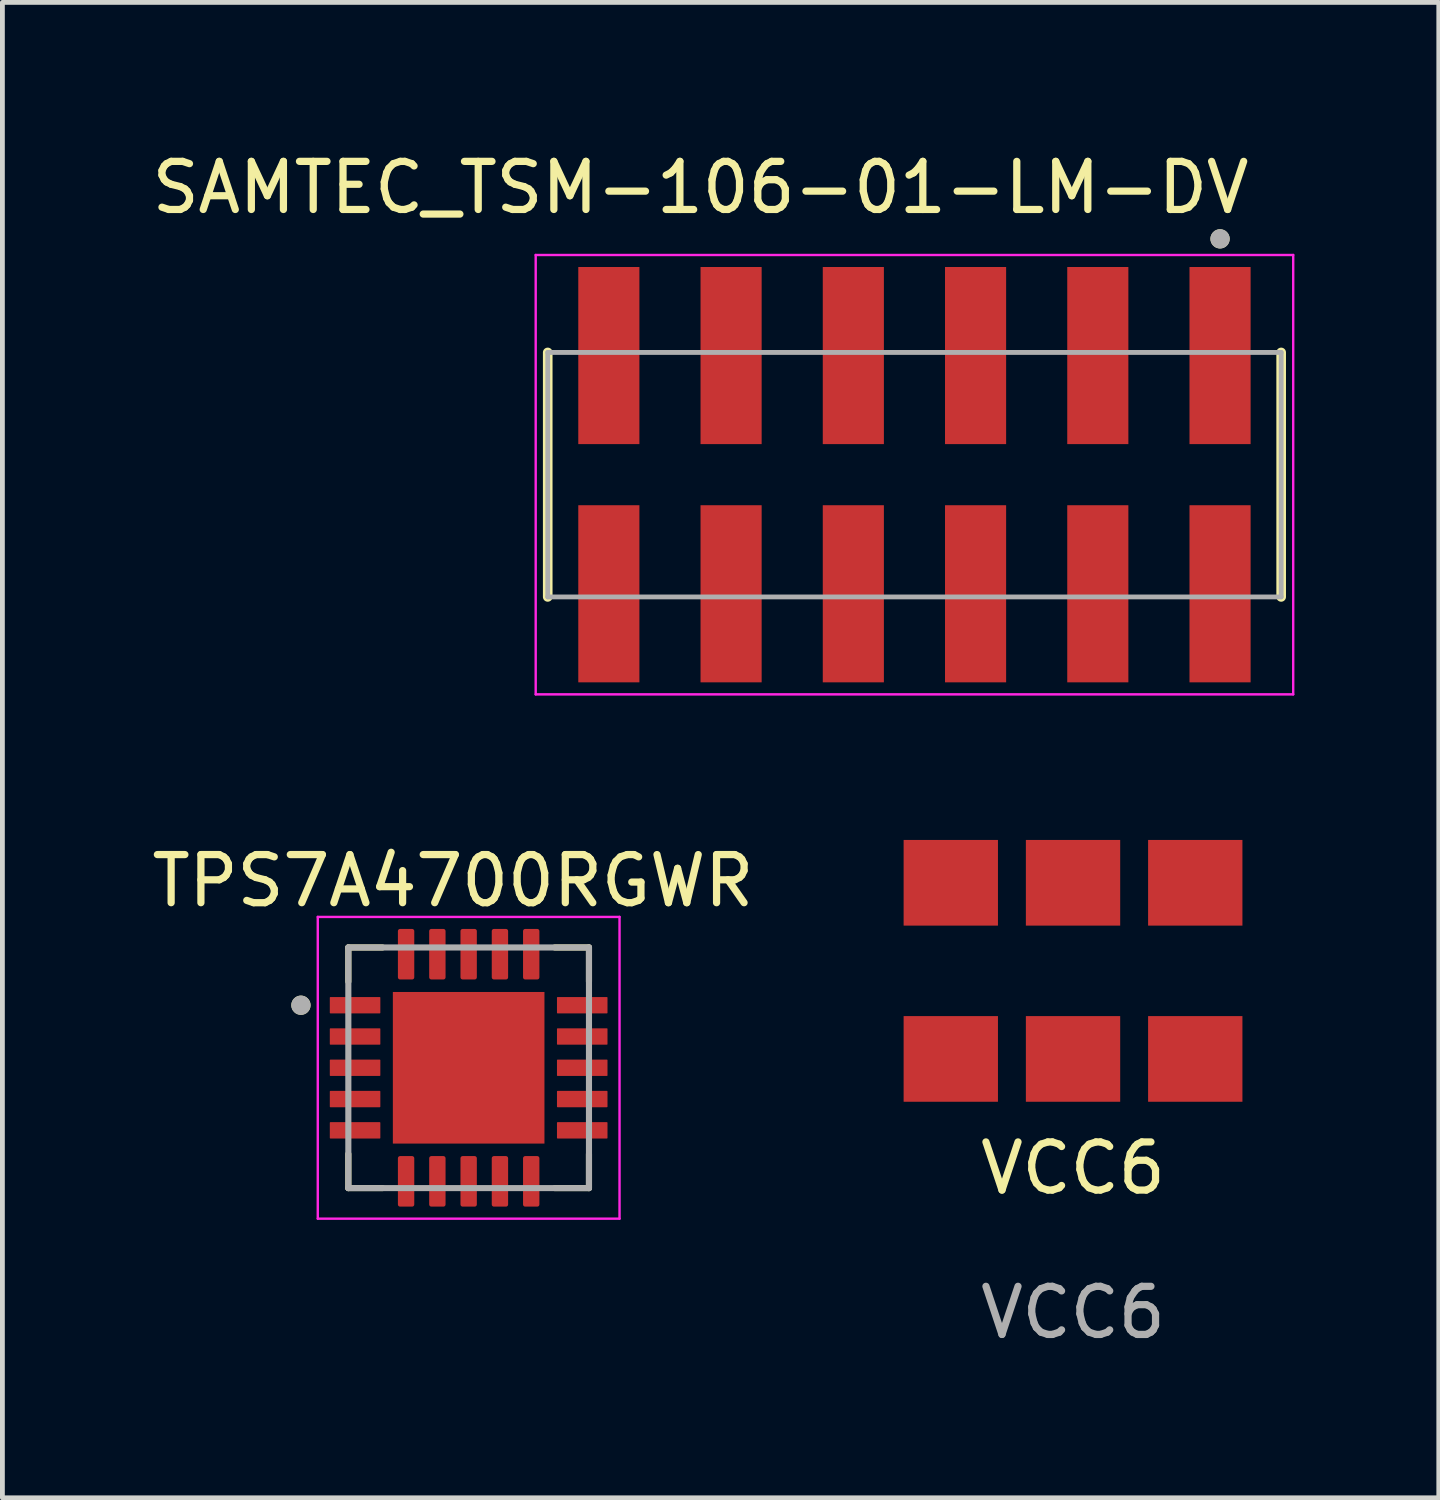
<source format=kicad_pcb>
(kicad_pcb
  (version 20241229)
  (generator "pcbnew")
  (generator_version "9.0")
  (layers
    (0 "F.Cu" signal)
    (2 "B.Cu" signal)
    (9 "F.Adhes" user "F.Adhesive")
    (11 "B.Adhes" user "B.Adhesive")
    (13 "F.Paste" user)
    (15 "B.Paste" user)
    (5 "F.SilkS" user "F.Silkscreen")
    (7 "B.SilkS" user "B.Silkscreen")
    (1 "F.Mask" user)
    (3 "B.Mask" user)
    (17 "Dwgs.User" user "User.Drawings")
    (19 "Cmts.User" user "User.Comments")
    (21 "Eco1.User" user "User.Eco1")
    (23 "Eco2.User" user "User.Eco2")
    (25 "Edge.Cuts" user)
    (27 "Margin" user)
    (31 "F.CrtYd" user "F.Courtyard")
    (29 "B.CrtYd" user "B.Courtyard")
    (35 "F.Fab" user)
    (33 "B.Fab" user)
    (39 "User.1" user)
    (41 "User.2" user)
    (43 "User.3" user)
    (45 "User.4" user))
  (footprint "SAMTEC_TSM-106-01-LM-DV"
    (layer "F.Cu")
    (at 15.951 6.813)
    (property "Reference" "SAMTEC_TSM-106-01-LM-DV" (at -4.445 -5.965 0) (layer "F.SilkS") (effects (font (size 1 1) (thickness 0.15))))
    (attr smd)
    (fp_line (start -7.62 2.54) (end -7.62 -2.54) (stroke (width 0.2) (type solid)) (layer "F.SilkS"))
    (fp_line (start 7.62 -2.54) (end 7.62 2.54) (stroke (width 0.2) (type solid)) (layer "F.SilkS"))
    (fp_circle (center 6.35 -4.9) (end 6.45 -4.9) (stroke (width 0.2) (type solid)) (fill no) (layer "F.SilkS"))
    (fp_line (start -7.87 -4.565) (end 7.87 -4.565) (stroke (width 0.05) (type solid)) (layer "F.CrtYd"))
    (fp_line (start -7.87 4.565) (end -7.87 -4.565) (stroke (width 0.05) (type solid)) (layer "F.CrtYd"))
    (fp_line (start 7.87 -4.565) (end 7.87 4.565) (stroke (width 0.05) (type solid)) (layer "F.CrtYd"))
    (fp_line (start 7.87 4.565) (end -7.87 4.565) (stroke (width 0.05) (type solid)) (layer "F.CrtYd"))
    (fp_line (start -7.62 -2.54) (end 7.62 -2.54) (stroke (width 0.1) (type solid)) (layer "F.Fab"))
    (fp_line (start -7.62 2.54) (end -7.62 -2.54) (stroke (width 0.1) (type solid)) (layer "F.Fab"))
    (fp_line (start 7.62 -2.54) (end 7.62 2.54) (stroke (width 0.1) (type solid)) (layer "F.Fab"))
    (fp_line (start 7.62 2.54) (end -7.62 2.54) (stroke (width 0.1) (type solid)) (layer "F.Fab"))
    (fp_circle (center 6.35 -4.9) (end 6.45 -4.9) (stroke (width 0.2) (type solid)) (fill no) (layer "F.Fab"))
    (pad "01" smd rect (at 6.35 -2.475) (size 1.27 3.68) (layers "F.Cu" "F.Mask" "F.Paste"))
    (pad "02" smd rect (at 6.35 2.475) (size 1.27 3.68) (layers "F.Cu" "F.Mask" "F.Paste"))
    (pad "03" smd rect (at 3.81 -2.475) (size 1.27 3.68) (layers "F.Cu" "F.Mask" "F.Paste"))
    (pad "04" smd rect (at 3.81 2.475) (size 1.27 3.68) (layers "F.Cu" "F.Mask" "F.Paste"))
    (pad "05" smd rect (at 1.27 -2.475) (size 1.27 3.68) (layers "F.Cu" "F.Mask" "F.Paste"))
    (pad "06" smd rect (at 1.27 2.475) (size 1.27 3.68) (layers "F.Cu" "F.Mask" "F.Paste"))
    (pad "07" smd rect (at -1.27 -2.475) (size 1.27 3.68) (layers "F.Cu" "F.Mask" "F.Paste"))
    (pad "08" smd rect (at -1.27 2.475) (size 1.27 3.68) (layers "F.Cu" "F.Mask" "F.Paste"))
    (pad "09" smd rect (at -3.81 -2.475) (size 1.27 3.68) (layers "F.Cu" "F.Mask" "F.Paste"))
    (pad "10" smd rect (at -3.81 2.475) (size 1.27 3.68) (layers "F.Cu" "F.Mask" "F.Paste"))
    (pad "11" smd rect (at -6.35 -2.475) (size 1.27 3.68) (layers "F.Cu" "F.Mask" "F.Paste"))
    (pad "12" smd rect (at -6.35 2.475) (size 1.27 3.68) (layers "F.Cu" "F.Mask" "F.Paste")))
  (footprint "TPS7A4700RGWR"
    (layer "F.Cu")
    (at 6.688 19.137)
    (property "Reference" "TPS7A4700RGWR" (at -0.325 -3.885 0) (layer "F.SilkS") (effects (font (size 1 1) (thickness 0.15))))
    (attr smd)
    (fp_line (start -2.5 -2.5) (end -2.5 -1.79) (stroke (width 0.127) (type solid)) (layer "F.SilkS"))
    (fp_line (start -2.5 -2.5) (end -1.79 -2.5) (stroke (width 0.127) (type solid)) (layer "F.SilkS"))
    (fp_line (start -2.5 2.5) (end -2.5 1.79) (stroke (width 0.127) (type solid)) (layer "F.SilkS"))
    (fp_line (start -2.5 2.5) (end -1.79 2.5) (stroke (width 0.127) (type solid)) (layer "F.SilkS"))
    (fp_line (start 2.5 -2.5) (end 1.79 -2.5) (stroke (width 0.127) (type solid)) (layer "F.SilkS"))
    (fp_line (start 2.5 -2.5) (end 2.5 -1.79) (stroke (width 0.127) (type solid)) (layer "F.SilkS"))
    (fp_line (start 2.5 2.5) (end 1.79 2.5) (stroke (width 0.127) (type solid)) (layer "F.SilkS"))
    (fp_line (start 2.5 2.5) (end 2.5 1.79) (stroke (width 0.127) (type solid)) (layer "F.SilkS"))
    (fp_circle (center -3.485 -1.3) (end -3.385 -1.3) (stroke (width 0.2) (type solid)) (fill no) (layer "F.SilkS"))
    (fp_poly (pts (xy -1.195 -1.195) (xy -0.195 -1.195) (xy -0.195 -0.195) (xy -1.195 -0.195)) (stroke (width 0.01) (type solid)) (fill yes) (layer "F.Paste"))
    (fp_poly (pts (xy -1.195 0.195) (xy -0.195 0.195) (xy -0.195 1.195) (xy -1.195 1.195)) (stroke (width 0.01) (type solid)) (fill yes) (layer "F.Paste"))
    (fp_poly (pts (xy 0.195 -1.195) (xy 1.195 -1.195) (xy 1.195 -0.195) (xy 0.195 -0.195)) (stroke (width 0.01) (type solid)) (fill yes) (layer "F.Paste"))
    (fp_poly (pts (xy 0.195 0.195) (xy 1.195 0.195) (xy 1.195 1.195) (xy 0.195 1.195)) (stroke (width 0.01) (type solid)) (fill yes) (layer "F.Paste"))
    (fp_line (start -3.135 -3.135) (end 3.135 -3.135) (stroke (width 0.05) (type solid)) (layer "F.CrtYd"))
    (fp_line (start -3.135 3.135) (end -3.135 -3.135) (stroke (width 0.05) (type solid)) (layer "F.CrtYd"))
    (fp_line (start -3.135 3.135) (end 3.135 3.135) (stroke (width 0.05) (type solid)) (layer "F.CrtYd"))
    (fp_line (start 3.135 3.135) (end 3.135 -3.135) (stroke (width 0.05) (type solid)) (layer "F.CrtYd"))
    (fp_line (start -2.5 2.5) (end -2.5 -2.5) (stroke (width 0.127) (type solid)) (layer "F.Fab"))
    (fp_line (start 2.5 -2.5) (end -2.5 -2.5) (stroke (width 0.127) (type solid)) (layer "F.Fab"))
    (fp_line (start 2.5 2.5) (end -2.5 2.5) (stroke (width 0.127) (type solid)) (layer "F.Fab"))
    (fp_line (start 2.5 2.5) (end 2.5 -2.5) (stroke (width 0.127) (type solid)) (layer "F.Fab"))
    (fp_circle (center -3.485 -1.3) (end -3.385 -1.3) (stroke (width 0.2) (type solid)) (fill no) (layer "F.Fab"))
    (pad "1" smd roundrect (at -2.36 -1.3) (size 1.05 0.34) (layers "F.Cu" "F.Mask" "F.Paste") (roundrect_rratio 0.04))
    (pad "2" smd roundrect (at -2.36 -0.65) (size 1.05 0.34) (layers "F.Cu" "F.Mask" "F.Paste") (roundrect_rratio 0.04))
    (pad "3" smd roundrect (at -2.36 0) (size 1.05 0.34) (layers "F.Cu" "F.Mask" "F.Paste") (roundrect_rratio 0.04))
    (pad "4" smd roundrect (at -2.36 0.65) (size 1.05 0.34) (layers "F.Cu" "F.Mask" "F.Paste") (roundrect_rratio 0.04))
    (pad "5" smd roundrect (at -2.36 1.3) (size 1.05 0.34) (layers "F.Cu" "F.Mask" "F.Paste") (roundrect_rratio 0.04))
    (pad "6" smd roundrect (at -1.3 2.36) (size 0.34 1.05) (layers "F.Cu" "F.Mask" "F.Paste") (roundrect_rratio 0.13))
    (pad "7" smd roundrect (at -0.65 2.36) (size 0.34 1.05) (layers "F.Cu" "F.Mask" "F.Paste") (roundrect_rratio 0.13))
    (pad "8" smd roundrect (at 0 2.36) (size 0.34 1.05) (layers "F.Cu" "F.Mask" "F.Paste") (roundrect_rratio 0.13))
    (pad "9" smd roundrect (at 0.65 2.36) (size 0.34 1.05) (layers "F.Cu" "F.Mask" "F.Paste") (roundrect_rratio 0.13))
    (pad "10" smd roundrect (at 1.3 2.36) (size 0.34 1.05) (layers "F.Cu" "F.Mask" "F.Paste") (roundrect_rratio 0.13))
    (pad "11" smd roundrect (at 2.36 1.3) (size 1.05 0.34) (layers "F.Cu" "F.Mask" "F.Paste") (roundrect_rratio 0.04))
    (pad "12" smd roundrect (at 2.36 0.65) (size 1.05 0.34) (layers "F.Cu" "F.Mask" "F.Paste") (roundrect_rratio 0.04))
    (pad "13" smd roundrect (at 2.36 0) (size 1.05 0.34) (layers "F.Cu" "F.Mask" "F.Paste") (roundrect_rratio 0.04))
    (pad "14" smd roundrect (at 2.36 -0.65) (size 1.05 0.34) (layers "F.Cu" "F.Mask" "F.Paste") (roundrect_rratio 0.04))
    (pad "15" smd roundrect (at 2.36 -1.3) (size 1.05 0.34) (layers "F.Cu" "F.Mask" "F.Paste") (roundrect_rratio 0.04))
    (pad "16" smd roundrect (at 1.3 -2.36) (size 0.34 1.05) (layers "F.Cu" "F.Mask" "F.Paste") (roundrect_rratio 0.13))
    (pad "17" smd roundrect (at 0.65 -2.36) (size 0.34 1.05) (layers "F.Cu" "F.Mask" "F.Paste") (roundrect_rratio 0.13))
    (pad "18" smd roundrect (at 0 -2.36) (size 0.34 1.05) (layers "F.Cu" "F.Mask" "F.Paste") (roundrect_rratio 0.13))
    (pad "19" smd roundrect (at -0.65 -2.36) (size 0.34 1.05) (layers "F.Cu" "F.Mask" "F.Paste") (roundrect_rratio 0.13))
    (pad "20" smd roundrect (at -1.3 -2.36) (size 0.34 1.05) (layers "F.Cu" "F.Mask" "F.Paste") (roundrect_rratio 0.13))
    (pad "21" smd rect (at 0 0) (size 3.15 3.15) (layers "F.Cu" "F.Mask")))
  (footprint "VCC6"
    (layer "F.Cu")
    (at 19.246 17.123)
    (property "Reference" "VCC6" (at 0 4.1 0) (unlocked yes) (layer "F.SilkS") (effects (font (size 1 1) (thickness 0.15))))
    (attr smd)
    (fp_text user "${REFERENCE}" (at 0 7.1 0) (unlocked yes) (layer "F.Fab") (effects (font (size 1 1) (thickness 0.15))))
    (pad "1" smd rect (at -2.54 1.83) (size 1.96 1.78) (layers "F.Cu" "F.Mask" "F.Paste"))
    (pad "2" smd rect (at 0 1.83) (size 1.96 1.78) (layers "F.Cu" "F.Mask" "F.Paste"))
    (pad "3" smd rect (at 2.54 1.83) (size 1.96 1.78) (layers "F.Cu" "F.Mask" "F.Paste"))
    (pad "4" smd rect (at 2.54 -1.83) (size 1.96 1.78) (layers "F.Cu" "F.Mask" "F.Paste"))
    (pad "5" smd rect (at 0 -1.83) (size 1.96 1.78) (layers "F.Cu" "F.Mask" "F.Paste"))
    (pad "6" smd rect (at -2.54 -1.83) (size 1.96 1.78) (layers "F.Cu" "F.Mask" "F.Paste")))
  (gr_rect
    (start -3 -3)
    (end 26.846 28.072)
    (stroke (width 0.1) (type default))
    (fill no)
    (layer "Edge.Cuts")))
</source>
